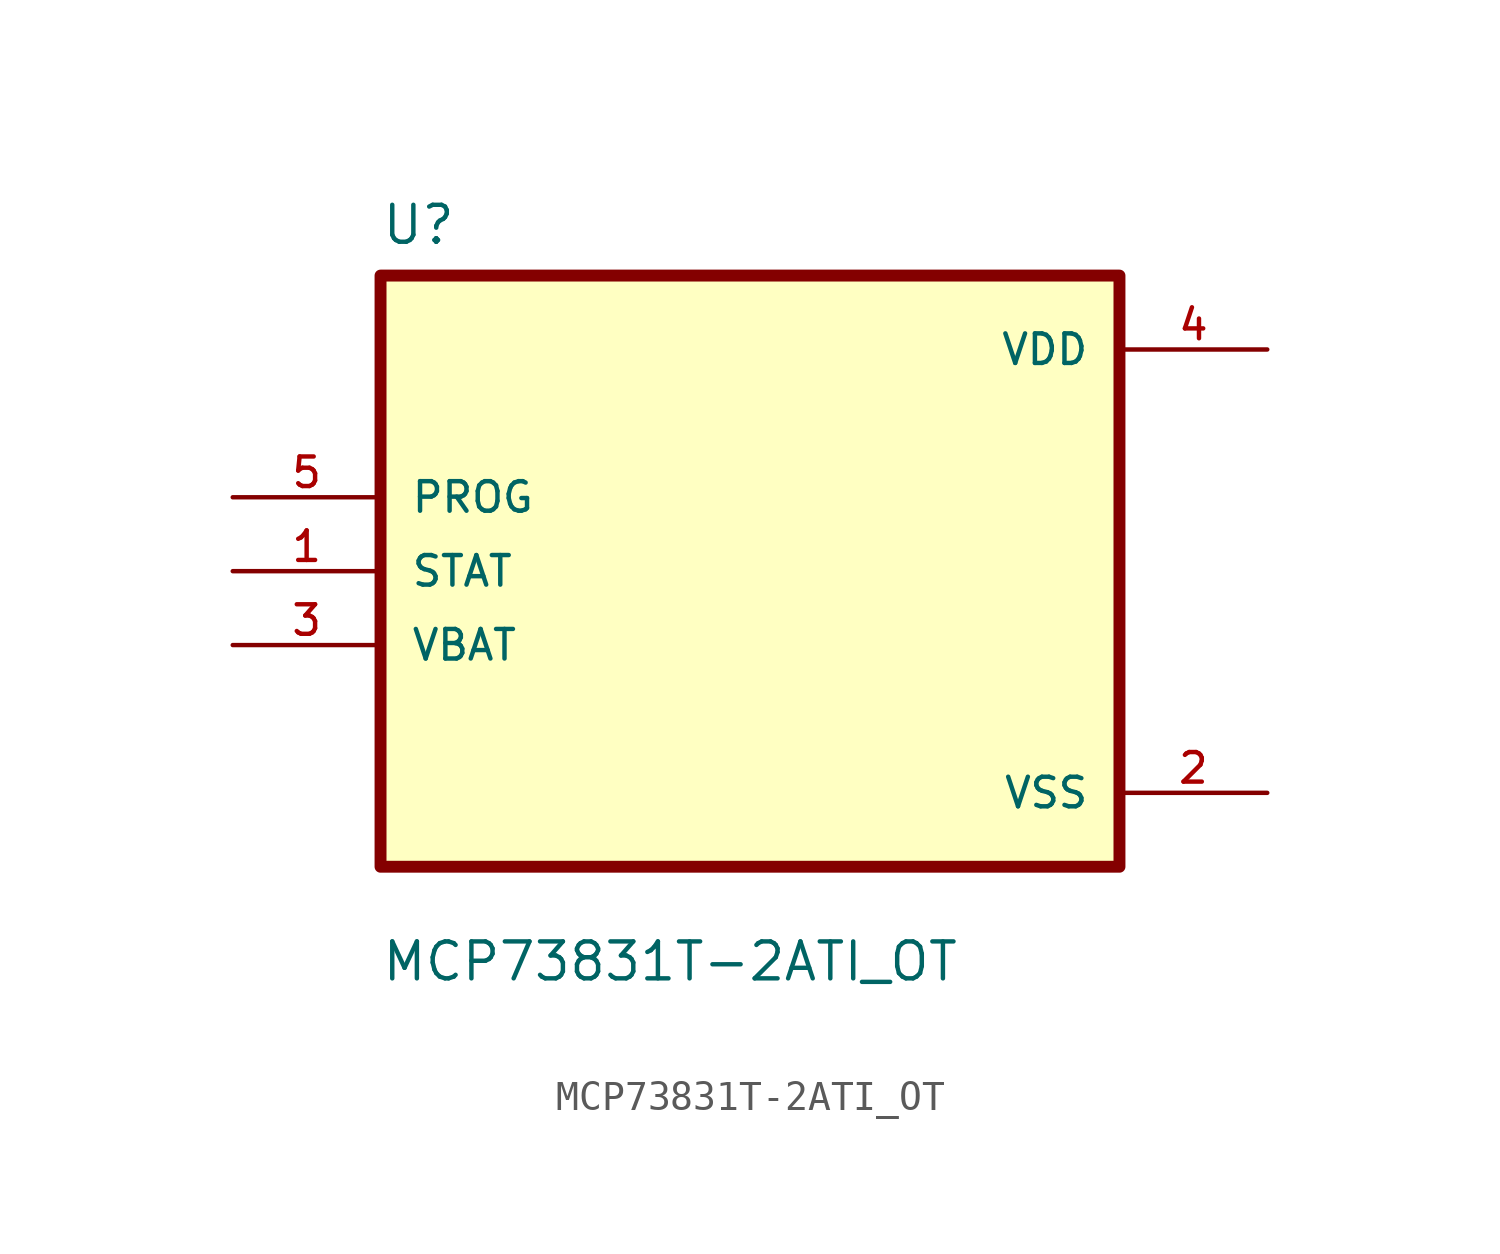
<source format=kicad_sym>
(kicad_symbol_lib
  (version 20211014)
  (generator kicad_symbol_editor)
  (symbol "MCP73831T-2ATI_OT"
    (pin_names
      (offset 1.016))
    (property "Reference" "U"
      (at -12.7 11.16 0.0)
      (effects (font (size 1.27 1.27)) (justify bottom left)))
    (property "Value" "MCP73831T-2ATI_OT"
      (at -12.7 -14.16 0.0)
      (effects (font (size 1.27 1.27)) (justify bottom left)))
    (symbol "MCP73831T-2ATI_OT_0_0"
      (rectangle (start -12.7 -10.16) (end 12.7 10.16) (stroke (width 0.41)) (fill (type background)))
      (pin input line (at -17.78 2.54 0) (length 5.08) (name "PROG" (effects (font (size 1.016 1.016)))) (number "5" (effects (font (size 1.016 1.016)))))
      (pin input line (at -17.78 0.0 0) (length 5.08) (name "STAT" (effects (font (size 1.016 1.016)))) (number "1" (effects (font (size 1.016 1.016)))))
      (pin input line (at -17.78 -2.54 0) (length 5.08) (name "VBAT" (effects (font (size 1.016 1.016)))) (number "3" (effects (font (size 1.016 1.016)))))
      (pin power_in line (at 17.78 7.62 180.0) (length 5.08) (name "VDD" (effects (font (size 1.016 1.016)))) (number "4" (effects (font (size 1.016 1.016)))))
      (pin power_in line (at 17.78 -7.62 180.0) (length 5.08) (name "VSS" (effects (font (size 1.016 1.016)))) (number "2" (effects (font (size 1.016 1.016))))))))
</source>
